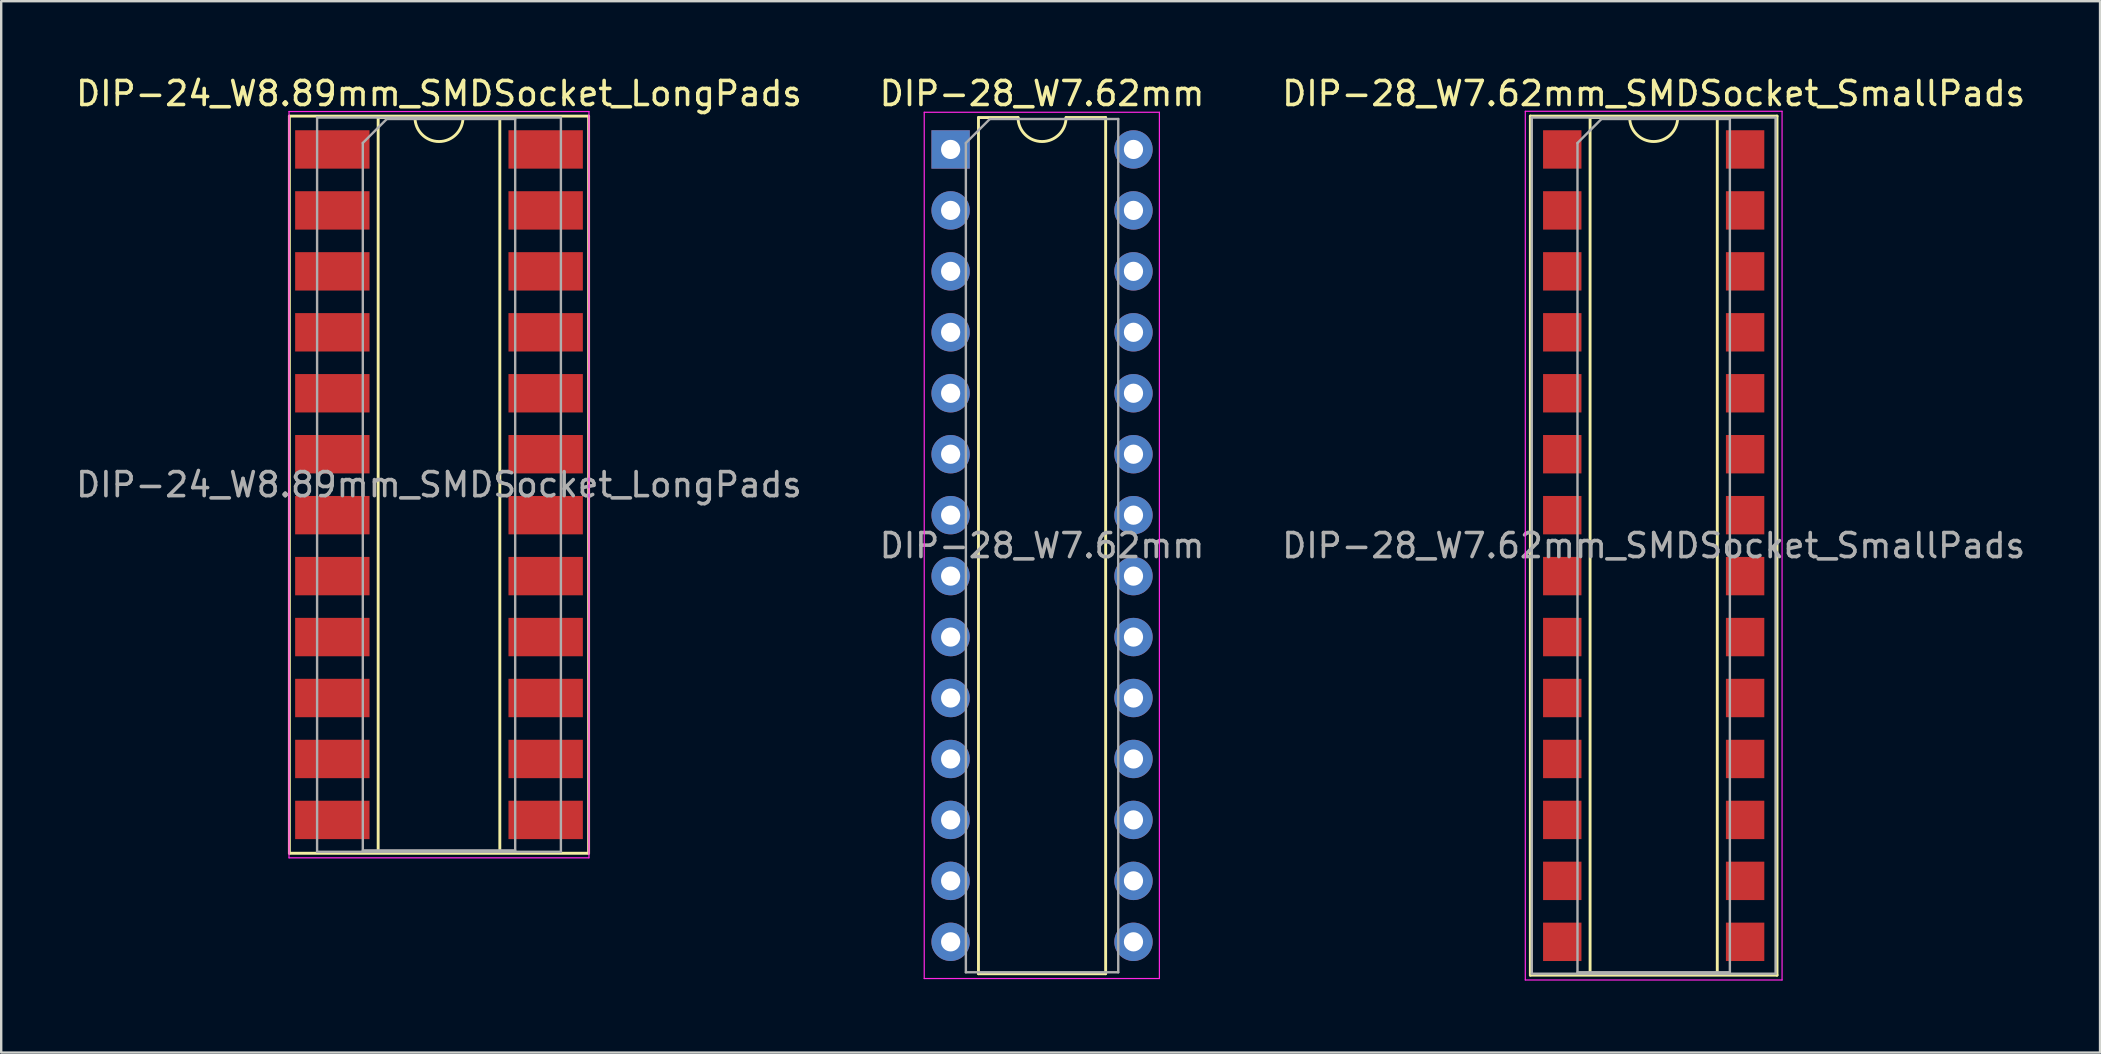
<source format=kicad_pcb>
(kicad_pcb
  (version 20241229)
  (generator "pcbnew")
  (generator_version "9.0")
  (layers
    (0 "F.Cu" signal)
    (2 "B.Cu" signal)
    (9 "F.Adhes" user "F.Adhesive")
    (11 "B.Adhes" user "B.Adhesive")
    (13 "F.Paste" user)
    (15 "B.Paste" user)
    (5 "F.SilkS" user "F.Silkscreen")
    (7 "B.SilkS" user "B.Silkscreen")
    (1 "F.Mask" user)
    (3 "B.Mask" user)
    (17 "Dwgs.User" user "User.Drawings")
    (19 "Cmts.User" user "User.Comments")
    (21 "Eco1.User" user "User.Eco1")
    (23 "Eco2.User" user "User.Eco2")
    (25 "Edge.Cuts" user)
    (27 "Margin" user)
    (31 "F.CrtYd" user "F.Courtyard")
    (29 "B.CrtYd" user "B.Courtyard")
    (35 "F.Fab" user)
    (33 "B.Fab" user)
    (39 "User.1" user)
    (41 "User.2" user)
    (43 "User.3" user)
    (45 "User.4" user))
  (footprint "DIP-28_W7.62mm"
    (layer "F.Cu")
    (at 36.565 3.178)
    (property "Reference" "DIP-28_W7.62mm" (at 3.81 -2.33 0) (layer "F.SilkS") (effects (font (size 1 1) (thickness 0.15))))
    (attr through_hole)
    (fp_line (start 1.16 -1.33) (end 1.16 34.35) (stroke (width 0.12) (type solid)) (layer "F.SilkS"))
    (fp_line (start 1.16 34.35) (end 6.46 34.35) (stroke (width 0.12) (type solid)) (layer "F.SilkS"))
    (fp_line (start 2.81 -1.33) (end 1.16 -1.33) (stroke (width 0.12) (type solid)) (layer "F.SilkS"))
    (fp_line (start 6.46 -1.33) (end 4.81 -1.33) (stroke (width 0.12) (type solid)) (layer "F.SilkS"))
    (fp_line (start 6.46 34.35) (end 6.46 -1.33) (stroke (width 0.12) (type solid)) (layer "F.SilkS"))
    (fp_arc (start 4.81 -1.33) (mid 3.81 -0.33) (end 2.81 -1.33) (stroke (width 0.12) (type solid)) (layer "F.SilkS"))
    (fp_line (start -1.1 -1.55) (end -1.1 34.55) (stroke (width 0.05) (type solid)) (layer "F.CrtYd"))
    (fp_line (start -1.1 34.55) (end 8.7 34.55) (stroke (width 0.05) (type solid)) (layer "F.CrtYd"))
    (fp_line (start 8.7 -1.55) (end -1.1 -1.55) (stroke (width 0.05) (type solid)) (layer "F.CrtYd"))
    (fp_line (start 8.7 34.55) (end 8.7 -1.55) (stroke (width 0.05) (type solid)) (layer "F.CrtYd"))
    (fp_line (start 0.635 -0.27) (end 1.635 -1.27) (stroke (width 0.1) (type solid)) (layer "F.Fab"))
    (fp_line (start 0.635 34.29) (end 0.635 -0.27) (stroke (width 0.1) (type solid)) (layer "F.Fab"))
    (fp_line (start 1.635 -1.27) (end 6.985 -1.27) (stroke (width 0.1) (type solid)) (layer "F.Fab"))
    (fp_line (start 6.985 -1.27) (end 6.985 34.29) (stroke (width 0.1) (type solid)) (layer "F.Fab"))
    (fp_line (start 6.985 34.29) (end 0.635 34.29) (stroke (width 0.1) (type solid)) (layer "F.Fab"))
    (fp_text user "${REFERENCE}" (at 3.81 16.51 0) (layer "F.Fab") (effects (font (size 1 1) (thickness 0.15))))
    (pad "1" thru_hole rect (at 0 0) (size 1.6 1.6) (drill 0.8) (layers "*.Cu" "*.Mask"))
    (pad "2" thru_hole oval (at 0 2.54) (size 1.6 1.6) (drill 0.8) (layers "*.Cu" "*.Mask"))
    (pad "3" thru_hole oval (at 0 5.08) (size 1.6 1.6) (drill 0.8) (layers "*.Cu" "*.Mask"))
    (pad "4" thru_hole oval (at 0 7.62) (size 1.6 1.6) (drill 0.8) (layers "*.Cu" "*.Mask"))
    (pad "5" thru_hole oval (at 0 10.16) (size 1.6 1.6) (drill 0.8) (layers "*.Cu" "*.Mask"))
    (pad "6" thru_hole oval (at 0 12.7) (size 1.6 1.6) (drill 0.8) (layers "*.Cu" "*.Mask"))
    (pad "7" thru_hole oval (at 0 15.24) (size 1.6 1.6) (drill 0.8) (layers "*.Cu" "*.Mask"))
    (pad "8" thru_hole oval (at 0 17.78) (size 1.6 1.6) (drill 0.8) (layers "*.Cu" "*.Mask"))
    (pad "9" thru_hole oval (at 0 20.32) (size 1.6 1.6) (drill 0.8) (layers "*.Cu" "*.Mask"))
    (pad "10" thru_hole oval (at 0 22.86) (size 1.6 1.6) (drill 0.8) (layers "*.Cu" "*.Mask"))
    (pad "11" thru_hole oval (at 0 25.4) (size 1.6 1.6) (drill 0.8) (layers "*.Cu" "*.Mask"))
    (pad "12" thru_hole oval (at 0 27.94) (size 1.6 1.6) (drill 0.8) (layers "*.Cu" "*.Mask"))
    (pad "13" thru_hole oval (at 0 30.48) (size 1.6 1.6) (drill 0.8) (layers "*.Cu" "*.Mask"))
    (pad "14" thru_hole oval (at 0 33.02) (size 1.6 1.6) (drill 0.8) (layers "*.Cu" "*.Mask"))
    (pad "15" thru_hole oval (at 7.62 33.02) (size 1.6 1.6) (drill 0.8) (layers "*.Cu" "*.Mask"))
    (pad "16" thru_hole oval (at 7.62 30.48) (size 1.6 1.6) (drill 0.8) (layers "*.Cu" "*.Mask"))
    (pad "17" thru_hole oval (at 7.62 27.94) (size 1.6 1.6) (drill 0.8) (layers "*.Cu" "*.Mask"))
    (pad "18" thru_hole oval (at 7.62 25.4) (size 1.6 1.6) (drill 0.8) (layers "*.Cu" "*.Mask"))
    (pad "19" thru_hole oval (at 7.62 22.86) (size 1.6 1.6) (drill 0.8) (layers "*.Cu" "*.Mask"))
    (pad "20" thru_hole oval (at 7.62 20.32) (size 1.6 1.6) (drill 0.8) (layers "*.Cu" "*.Mask"))
    (pad "21" thru_hole oval (at 7.62 17.78) (size 1.6 1.6) (drill 0.8) (layers "*.Cu" "*.Mask"))
    (pad "22" thru_hole oval (at 7.62 15.24) (size 1.6 1.6) (drill 0.8) (layers "*.Cu" "*.Mask"))
    (pad "23" thru_hole oval (at 7.62 12.7) (size 1.6 1.6) (drill 0.8) (layers "*.Cu" "*.Mask"))
    (pad "24" thru_hole oval (at 7.62 10.16) (size 1.6 1.6) (drill 0.8) (layers "*.Cu" "*.Mask"))
    (pad "25" thru_hole oval (at 7.62 7.62) (size 1.6 1.6) (drill 0.8) (layers "*.Cu" "*.Mask"))
    (pad "26" thru_hole oval (at 7.62 5.08) (size 1.6 1.6) (drill 0.8) (layers "*.Cu" "*.Mask"))
    (pad "27" thru_hole oval (at 7.62 2.54) (size 1.6 1.6) (drill 0.8) (layers "*.Cu" "*.Mask"))
    (pad "28" thru_hole oval (at 7.62 0) (size 1.6 1.6) (drill 0.8) (layers "*.Cu" "*.Mask")))
  (footprint "DIP-28_W7.62mm_SMDSocket_SmallPads"
    (layer "F.Cu")
    (at 65.863 19.688)
    (property "Reference" "DIP-28_W7.62mm_SMDSocket_SmallPads" (at 0 -18.84 0) (layer "F.SilkS") (effects (font (size 1 1) (thickness 0.15))))
    (attr smd)
    (fp_line (start -5.14 -17.9) (end -5.14 17.9) (stroke (width 0.12) (type solid)) (layer "F.SilkS"))
    (fp_line (start -5.14 17.9) (end 5.14 17.9) (stroke (width 0.12) (type solid)) (layer "F.SilkS"))
    (fp_line (start -2.65 -17.84) (end -2.65 17.84) (stroke (width 0.12) (type solid)) (layer "F.SilkS"))
    (fp_line (start -2.65 17.84) (end 2.65 17.84) (stroke (width 0.12) (type solid)) (layer "F.SilkS"))
    (fp_line (start -1 -17.84) (end -2.65 -17.84) (stroke (width 0.12) (type solid)) (layer "F.SilkS"))
    (fp_line (start 2.65 -17.84) (end 1 -17.84) (stroke (width 0.12) (type solid)) (layer "F.SilkS"))
    (fp_line (start 2.65 17.84) (end 2.65 -17.84) (stroke (width 0.12) (type solid)) (layer "F.SilkS"))
    (fp_line (start 5.14 -17.9) (end -5.14 -17.9) (stroke (width 0.12) (type solid)) (layer "F.SilkS"))
    (fp_line (start 5.14 17.9) (end 5.14 -17.9) (stroke (width 0.12) (type solid)) (layer "F.SilkS"))
    (fp_arc (start 1 -17.84) (mid 0 -16.84) (end -1 -17.84) (stroke (width 0.12) (type solid)) (layer "F.SilkS"))
    (fp_line (start -5.35 -18.1) (end -5.35 18.1) (stroke (width 0.05) (type solid)) (layer "F.CrtYd"))
    (fp_line (start -5.35 18.1) (end 5.35 18.1) (stroke (width 0.05) (type solid)) (layer "F.CrtYd"))
    (fp_line (start 5.35 -18.1) (end -5.35 -18.1) (stroke (width 0.05) (type solid)) (layer "F.CrtYd"))
    (fp_line (start 5.35 18.1) (end 5.35 -18.1) (stroke (width 0.05) (type solid)) (layer "F.CrtYd"))
    (fp_line (start -5.08 -17.84) (end -5.08 17.84) (stroke (width 0.1) (type solid)) (layer "F.Fab"))
    (fp_line (start -5.08 17.84) (end 5.08 17.84) (stroke (width 0.1) (type solid)) (layer "F.Fab"))
    (fp_line (start -3.175 -16.78) (end -2.175 -17.78) (stroke (width 0.1) (type solid)) (layer "F.Fab"))
    (fp_line (start -3.175 17.78) (end -3.175 -16.78) (stroke (width 0.1) (type solid)) (layer "F.Fab"))
    (fp_line (start -2.175 -17.78) (end 3.175 -17.78) (stroke (width 0.1) (type solid)) (layer "F.Fab"))
    (fp_line (start 3.175 -17.78) (end 3.175 17.78) (stroke (width 0.1) (type solid)) (layer "F.Fab"))
    (fp_line (start 3.175 17.78) (end -3.175 17.78) (stroke (width 0.1) (type solid)) (layer "F.Fab"))
    (fp_line (start 5.08 -17.84) (end -5.08 -17.84) (stroke (width 0.1) (type solid)) (layer "F.Fab"))
    (fp_line (start 5.08 17.84) (end 5.08 -17.84) (stroke (width 0.1) (type solid)) (layer "F.Fab"))
    (fp_text user "${REFERENCE}" (at 0 0 0) (layer "F.Fab") (effects (font (size 1 1) (thickness 0.15))))
    (pad "1" smd rect (at -3.81 -16.51) (size 1.6 1.6) (layers "F.Cu" "F.Mask" "F.Paste"))
    (pad "2" smd rect (at -3.81 -13.97) (size 1.6 1.6) (layers "F.Cu" "F.Mask" "F.Paste"))
    (pad "3" smd rect (at -3.81 -11.43) (size 1.6 1.6) (layers "F.Cu" "F.Mask" "F.Paste"))
    (pad "4" smd rect (at -3.81 -8.89) (size 1.6 1.6) (layers "F.Cu" "F.Mask" "F.Paste"))
    (pad "5" smd rect (at -3.81 -6.35) (size 1.6 1.6) (layers "F.Cu" "F.Mask" "F.Paste"))
    (pad "6" smd rect (at -3.81 -3.81) (size 1.6 1.6) (layers "F.Cu" "F.Mask" "F.Paste"))
    (pad "7" smd rect (at -3.81 -1.27) (size 1.6 1.6) (layers "F.Cu" "F.Mask" "F.Paste"))
    (pad "8" smd rect (at -3.81 1.27) (size 1.6 1.6) (layers "F.Cu" "F.Mask" "F.Paste"))
    (pad "9" smd rect (at -3.81 3.81) (size 1.6 1.6) (layers "F.Cu" "F.Mask" "F.Paste"))
    (pad "10" smd rect (at -3.81 6.35) (size 1.6 1.6) (layers "F.Cu" "F.Mask" "F.Paste"))
    (pad "11" smd rect (at -3.81 8.89) (size 1.6 1.6) (layers "F.Cu" "F.Mask" "F.Paste"))
    (pad "12" smd rect (at -3.81 11.43) (size 1.6 1.6) (layers "F.Cu" "F.Mask" "F.Paste"))
    (pad "13" smd rect (at -3.81 13.97) (size 1.6 1.6) (layers "F.Cu" "F.Mask" "F.Paste"))
    (pad "14" smd rect (at -3.81 16.51) (size 1.6 1.6) (layers "F.Cu" "F.Mask" "F.Paste"))
    (pad "15" smd rect (at 3.81 16.51) (size 1.6 1.6) (layers "F.Cu" "F.Mask" "F.Paste"))
    (pad "16" smd rect (at 3.81 13.97) (size 1.6 1.6) (layers "F.Cu" "F.Mask" "F.Paste"))
    (pad "17" smd rect (at 3.81 11.43) (size 1.6 1.6) (layers "F.Cu" "F.Mask" "F.Paste"))
    (pad "18" smd rect (at 3.81 8.89) (size 1.6 1.6) (layers "F.Cu" "F.Mask" "F.Paste"))
    (pad "19" smd rect (at 3.81 6.35) (size 1.6 1.6) (layers "F.Cu" "F.Mask" "F.Paste"))
    (pad "20" smd rect (at 3.81 3.81) (size 1.6 1.6) (layers "F.Cu" "F.Mask" "F.Paste"))
    (pad "21" smd rect (at 3.81 1.27) (size 1.6 1.6) (layers "F.Cu" "F.Mask" "F.Paste"))
    (pad "22" smd rect (at 3.81 -1.27) (size 1.6 1.6) (layers "F.Cu" "F.Mask" "F.Paste"))
    (pad "23" smd rect (at 3.81 -3.81) (size 1.6 1.6) (layers "F.Cu" "F.Mask" "F.Paste"))
    (pad "24" smd rect (at 3.81 -6.35) (size 1.6 1.6) (layers "F.Cu" "F.Mask" "F.Paste"))
    (pad "25" smd rect (at 3.81 -8.89) (size 1.6 1.6) (layers "F.Cu" "F.Mask" "F.Paste"))
    (pad "26" smd rect (at 3.81 -11.43) (size 1.6 1.6) (layers "F.Cu" "F.Mask" "F.Paste"))
    (pad "27" smd rect (at 3.81 -13.97) (size 1.6 1.6) (layers "F.Cu" "F.Mask" "F.Paste"))
    (pad "28" smd rect (at 3.81 -16.51) (size 1.6 1.6) (layers "F.Cu" "F.Mask" "F.Paste")))
  (footprint "DIP-24_W8.89mm_SMDSocket_LongPads"
    (layer "F.Cu")
    (at 15.244 17.148)
    (property "Reference" "DIP-24_W8.89mm_SMDSocket_LongPads" (at 0 -16.3 0) (layer "F.SilkS") (effects (font (size 1 1) (thickness 0.15))))
    (attr smd)
    (fp_line (start -6.235 -15.36) (end -6.235 15.36) (stroke (width 0.12) (type solid)) (layer "F.SilkS"))
    (fp_line (start -6.235 15.36) (end 6.235 15.36) (stroke (width 0.12) (type solid)) (layer "F.SilkS"))
    (fp_line (start -2.535 -15.3) (end -2.535 15.3) (stroke (width 0.12) (type solid)) (layer "F.SilkS"))
    (fp_line (start -2.535 15.3) (end 2.535 15.3) (stroke (width 0.12) (type solid)) (layer "F.SilkS"))
    (fp_line (start -1 -15.3) (end -2.535 -15.3) (stroke (width 0.12) (type solid)) (layer "F.SilkS"))
    (fp_line (start 2.535 -15.3) (end 1 -15.3) (stroke (width 0.12) (type solid)) (layer "F.SilkS"))
    (fp_line (start 2.535 15.3) (end 2.535 -15.3) (stroke (width 0.12) (type solid)) (layer "F.SilkS"))
    (fp_line (start 6.235 -15.36) (end -6.235 -15.36) (stroke (width 0.12) (type solid)) (layer "F.SilkS"))
    (fp_line (start 6.235 15.36) (end 6.235 -15.36) (stroke (width 0.12) (type solid)) (layer "F.SilkS"))
    (fp_arc (start 1 -15.3) (mid 0 -14.3) (end -1 -15.3) (stroke (width 0.12) (type solid)) (layer "F.SilkS"))
    (fp_line (start -6.25 -15.55) (end -6.25 15.55) (stroke (width 0.05) (type solid)) (layer "F.CrtYd"))
    (fp_line (start -6.25 15.55) (end 6.25 15.55) (stroke (width 0.05) (type solid)) (layer "F.CrtYd"))
    (fp_line (start 6.25 -15.55) (end -6.25 -15.55) (stroke (width 0.05) (type solid)) (layer "F.CrtYd"))
    (fp_line (start 6.25 15.55) (end 6.25 -15.55) (stroke (width 0.05) (type solid)) (layer "F.CrtYd"))
    (fp_line (start -5.08 -15.3) (end -5.08 15.3) (stroke (width 0.1) (type solid)) (layer "F.Fab"))
    (fp_line (start -5.08 15.3) (end 5.08 15.3) (stroke (width 0.1) (type solid)) (layer "F.Fab"))
    (fp_line (start -3.175 -14.24) (end -2.175 -15.24) (stroke (width 0.1) (type solid)) (layer "F.Fab"))
    (fp_line (start -3.175 15.24) (end -3.175 -14.24) (stroke (width 0.1) (type solid)) (layer "F.Fab"))
    (fp_line (start -2.175 -15.24) (end 3.175 -15.24) (stroke (width 0.1) (type solid)) (layer "F.Fab"))
    (fp_line (start 3.175 -15.24) (end 3.175 15.24) (stroke (width 0.1) (type solid)) (layer "F.Fab"))
    (fp_line (start 3.175 15.24) (end -3.175 15.24) (stroke (width 0.1) (type solid)) (layer "F.Fab"))
    (fp_line (start 5.08 -15.3) (end -5.08 -15.3) (stroke (width 0.1) (type solid)) (layer "F.Fab"))
    (fp_line (start 5.08 15.3) (end 5.08 -15.3) (stroke (width 0.1) (type solid)) (layer "F.Fab"))
    (fp_text user "${REFERENCE}" (at 0 0 0) (layer "F.Fab") (effects (font (size 1 1) (thickness 0.15))))
    (pad "1" smd rect (at -4.445 -13.97) (size 3.1 1.6) (layers "F.Cu" "F.Mask" "F.Paste"))
    (pad "2" smd rect (at -4.445 -11.43) (size 3.1 1.6) (layers "F.Cu" "F.Mask" "F.Paste"))
    (pad "3" smd rect (at -4.445 -8.89) (size 3.1 1.6) (layers "F.Cu" "F.Mask" "F.Paste"))
    (pad "4" smd rect (at -4.445 -6.35) (size 3.1 1.6) (layers "F.Cu" "F.Mask" "F.Paste"))
    (pad "5" smd rect (at -4.445 -3.81) (size 3.1 1.6) (layers "F.Cu" "F.Mask" "F.Paste"))
    (pad "6" smd rect (at -4.445 -1.27) (size 3.1 1.6) (layers "F.Cu" "F.Mask" "F.Paste"))
    (pad "7" smd rect (at -4.445 1.27) (size 3.1 1.6) (layers "F.Cu" "F.Mask" "F.Paste"))
    (pad "8" smd rect (at -4.445 3.81) (size 3.1 1.6) (layers "F.Cu" "F.Mask" "F.Paste"))
    (pad "9" smd rect (at -4.445 6.35) (size 3.1 1.6) (layers "F.Cu" "F.Mask" "F.Paste"))
    (pad "10" smd rect (at -4.445 8.89) (size 3.1 1.6) (layers "F.Cu" "F.Mask" "F.Paste"))
    (pad "11" smd rect (at -4.445 11.43) (size 3.1 1.6) (layers "F.Cu" "F.Mask" "F.Paste"))
    (pad "12" smd rect (at -4.445 13.97) (size 3.1 1.6) (layers "F.Cu" "F.Mask" "F.Paste"))
    (pad "13" smd rect (at 4.445 13.97) (size 3.1 1.6) (layers "F.Cu" "F.Mask" "F.Paste"))
    (pad "14" smd rect (at 4.445 11.43) (size 3.1 1.6) (layers "F.Cu" "F.Mask" "F.Paste"))
    (pad "15" smd rect (at 4.445 8.89) (size 3.1 1.6) (layers "F.Cu" "F.Mask" "F.Paste"))
    (pad "16" smd rect (at 4.445 6.35) (size 3.1 1.6) (layers "F.Cu" "F.Mask" "F.Paste"))
    (pad "17" smd rect (at 4.445 3.81) (size 3.1 1.6) (layers "F.Cu" "F.Mask" "F.Paste"))
    (pad "18" smd rect (at 4.445 1.27) (size 3.1 1.6) (layers "F.Cu" "F.Mask" "F.Paste"))
    (pad "19" smd rect (at 4.445 -1.27) (size 3.1 1.6) (layers "F.Cu" "F.Mask" "F.Paste"))
    (pad "20" smd rect (at 4.445 -3.81) (size 3.1 1.6) (layers "F.Cu" "F.Mask" "F.Paste"))
    (pad "21" smd rect (at 4.445 -6.35) (size 3.1 1.6) (layers "F.Cu" "F.Mask" "F.Paste"))
    (pad "22" smd rect (at 4.445 -8.89) (size 3.1 1.6) (layers "F.Cu" "F.Mask" "F.Paste"))
    (pad "23" smd rect (at 4.445 -11.43) (size 3.1 1.6) (layers "F.Cu" "F.Mask" "F.Paste"))
    (pad "24" smd rect (at 4.445 -13.97) (size 3.1 1.6) (layers "F.Cu" "F.Mask" "F.Paste")))
  (gr_rect
    (start -3 -3)
    (end 84.464 40.813)
    (stroke (width 0.1) (type default))
    (fill no)
    (layer "Edge.Cuts")))
</source>
